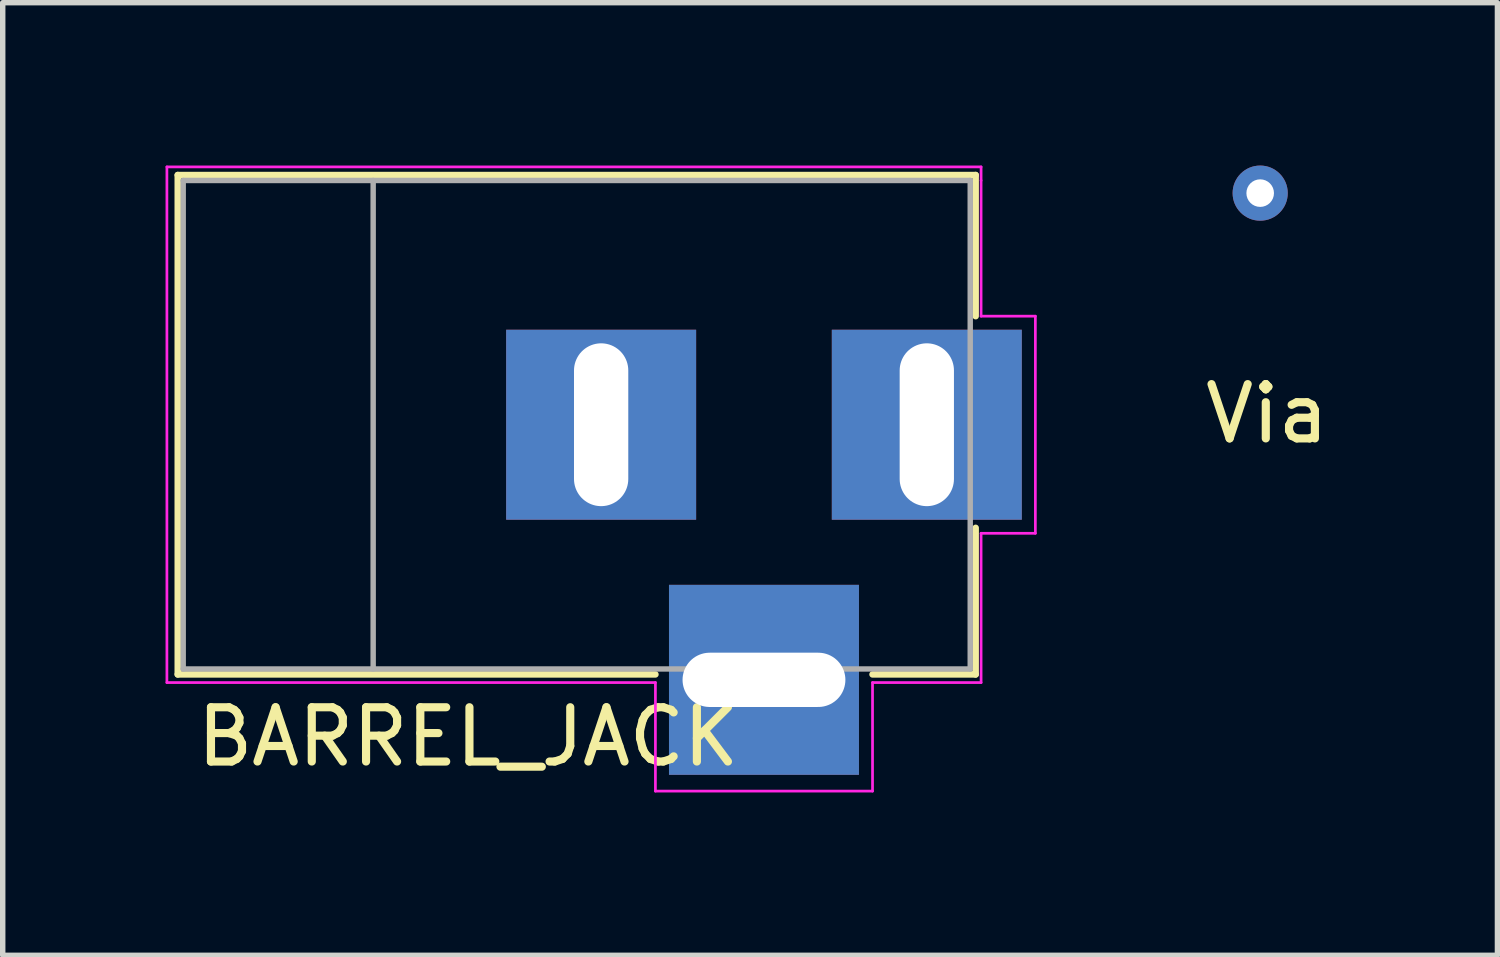
<source format=kicad_pcb>
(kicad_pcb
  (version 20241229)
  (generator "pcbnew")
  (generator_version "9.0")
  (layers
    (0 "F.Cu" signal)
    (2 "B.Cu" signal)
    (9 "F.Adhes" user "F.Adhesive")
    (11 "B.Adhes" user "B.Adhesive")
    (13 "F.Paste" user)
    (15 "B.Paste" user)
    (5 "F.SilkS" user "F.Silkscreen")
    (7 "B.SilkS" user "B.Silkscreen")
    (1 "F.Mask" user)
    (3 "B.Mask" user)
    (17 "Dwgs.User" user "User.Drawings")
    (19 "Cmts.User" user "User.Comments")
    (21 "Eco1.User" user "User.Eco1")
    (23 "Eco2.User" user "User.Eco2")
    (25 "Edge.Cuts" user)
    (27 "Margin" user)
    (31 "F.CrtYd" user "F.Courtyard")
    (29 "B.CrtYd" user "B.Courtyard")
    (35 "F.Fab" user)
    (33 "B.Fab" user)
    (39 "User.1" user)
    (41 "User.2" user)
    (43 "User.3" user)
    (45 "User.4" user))
  (footprint "BARREL_JACK"
    (layer "F.Cu")
    (at 14.025 4.775)
    (property "Reference" "BARREL_JACK" (at -8.45 5.75 180) (layer "F.SilkS") (effects (font (size 1 1) (thickness 0.15))))
    (attr through_hole)
    (fp_line (start -13.8 -4.6) (end 0.9 -4.6) (stroke (width 0.12) (type solid)) (layer "F.SilkS"))
    (fp_line (start -13.8 4.6) (end -13.8 -4.6) (stroke (width 0.12) (type solid)) (layer "F.SilkS"))
    (fp_line (start -5 4.6) (end -13.8 4.6) (stroke (width 0.12) (type solid)) (layer "F.SilkS"))
    (fp_line (start 0.9 -4.6) (end 0.9 -2) (stroke (width 0.12) (type solid)) (layer "F.SilkS"))
    (fp_line (start 0.9 1.9) (end 0.9 4.6) (stroke (width 0.12) (type solid)) (layer "F.SilkS"))
    (fp_line (start 0.9 4.6) (end -1 4.6) (stroke (width 0.12) (type solid)) (layer "F.SilkS"))
    (fp_line (start -14 4.75) (end -14 -4.75) (stroke (width 0.05) (type solid)) (layer "F.CrtYd"))
    (fp_line (start -5 4.75) (end -14 4.75) (stroke (width 0.05) (type solid)) (layer "F.CrtYd"))
    (fp_line (start -5 6.75) (end -5 4.75) (stroke (width 0.05) (type solid)) (layer "F.CrtYd"))
    (fp_line (start -1 4.75) (end -1 6.75) (stroke (width 0.05) (type solid)) (layer "F.CrtYd"))
    (fp_line (start -1 6.75) (end -5 6.75) (stroke (width 0.05) (type solid)) (layer "F.CrtYd"))
    (fp_line (start 1 -4.75) (end -14 -4.75) (stroke (width 0.05) (type solid)) (layer "F.CrtYd"))
    (fp_line (start 1 -4.5) (end 1 -4.75) (stroke (width 0.05) (type solid)) (layer "F.CrtYd"))
    (fp_line (start 1 -4.5) (end 1 -2) (stroke (width 0.05) (type solid)) (layer "F.CrtYd"))
    (fp_line (start 1 -2) (end 2 -2) (stroke (width 0.05) (type solid)) (layer "F.CrtYd"))
    (fp_line (start 1 2) (end 1 4.75) (stroke (width 0.05) (type solid)) (layer "F.CrtYd"))
    (fp_line (start 1 4.75) (end -1 4.75) (stroke (width 0.05) (type solid)) (layer "F.CrtYd"))
    (fp_line (start 2 -2) (end 2 2) (stroke (width 0.05) (type solid)) (layer "F.CrtYd"))
    (fp_line (start 2 2) (end 1 2) (stroke (width 0.05) (type solid)) (layer "F.CrtYd"))
    (fp_line (start -13.7 -4.5) (end -13.7 4.5) (stroke (width 0.1) (type solid)) (layer "F.Fab"))
    (fp_line (start -13.7 4.5) (end 0.8 4.5) (stroke (width 0.1) (type solid)) (layer "F.Fab"))
    (fp_line (start -10.2 -4.5) (end -10.2 4.5) (stroke (width 0.1) (type solid)) (layer "F.Fab"))
    (fp_line (start 0.8 -4.5) (end -13.7 -4.5) (stroke (width 0.1) (type solid)) (layer "F.Fab"))
    (fp_line (start 0.8 4.5) (end 0.8 -4.5) (stroke (width 0.1) (type solid)) (layer "F.Fab"))
    (pad "1" thru_hole rect (at 0 0) (size 3.5 3.5) (drill oval 1 3) (layers "*.Cu" "*.Mask"))
    (pad "2" thru_hole rect (at -6 0) (size 3.5 3.5) (drill oval 1 3) (layers "*.Cu" "*.Mask"))
    (pad "3" thru_hole rect (at -3 4.7) (size 3.5 3.5) (drill oval 3 1) (layers "*.Cu" "*.Mask")))
  (footprint "Via"
    (layer "F.Cu")
    (at 20.167 0.508)
    (property "Reference" "Via" (at 0.127 4.064 0) (layer "F.SilkS") (effects (font (size 1 1) (thickness 0.15))))
    (attr through_hole)
    (pad "1" thru_hole circle (at 0 0) (size 1.016 1.016) (drill 0.508) (layers "*.Cu" "*.Mask")))
  (gr_rect
    (start -3 -3)
    (end 24.538 14.55)
    (stroke (width 0.1) (type default))
    (fill no)
    (layer "Edge.Cuts")))
</source>
